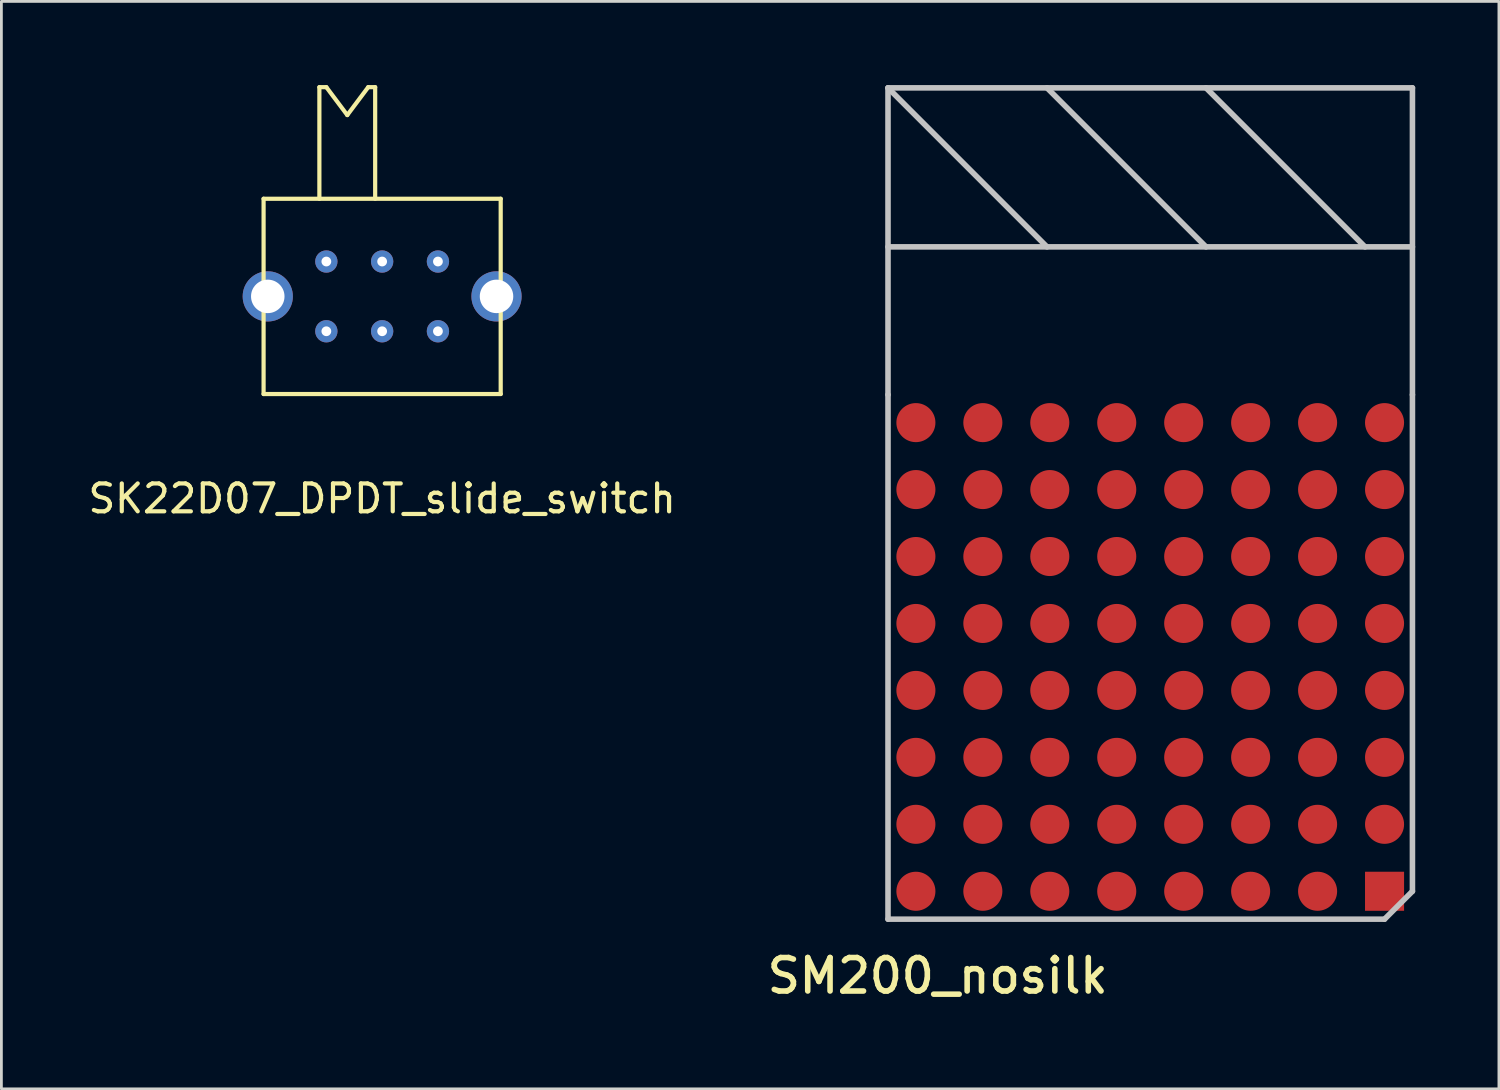
<source format=kicad_pcb>
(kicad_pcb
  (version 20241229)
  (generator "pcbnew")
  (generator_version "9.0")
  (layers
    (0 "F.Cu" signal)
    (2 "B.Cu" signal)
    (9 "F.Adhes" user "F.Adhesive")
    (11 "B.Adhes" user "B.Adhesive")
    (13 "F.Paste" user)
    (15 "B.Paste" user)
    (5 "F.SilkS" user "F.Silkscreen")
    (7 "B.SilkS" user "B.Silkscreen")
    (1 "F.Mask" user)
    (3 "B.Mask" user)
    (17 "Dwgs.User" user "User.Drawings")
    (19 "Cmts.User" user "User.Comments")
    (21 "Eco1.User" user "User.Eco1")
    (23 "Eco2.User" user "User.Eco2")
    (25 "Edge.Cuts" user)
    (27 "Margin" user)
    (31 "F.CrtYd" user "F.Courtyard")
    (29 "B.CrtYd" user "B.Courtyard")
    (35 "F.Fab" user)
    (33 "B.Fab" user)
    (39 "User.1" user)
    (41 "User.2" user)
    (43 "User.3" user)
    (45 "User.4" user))
  (footprint "SM200_nosilk"
    (layer "F.Cu")
    (at 38.183 20.5)
    (property "Reference" "SM200_nosilk" (at -7.62 11.43 0) (layer "F.SilkS") (effects (font (size 1.2 1.2) (thickness 0.2))))
    (attr through_hole)
    (fp_line (start -9.4 -20.4) (end -9.4 -9.4) (stroke (width 0.2) (type solid)) (layer "Dwgs.User"))
    (fp_line (start -9.4 -20.4) (end -3.7 -14.7) (stroke (width 0.2) (type solid)) (layer "Dwgs.User"))
    (fp_line (start -9.4 -14.7) (end 9.4 -14.7) (stroke (width 0.2) (type solid)) (layer "Dwgs.User"))
    (fp_line (start -9.4 9.4) (end -9.4 -9.4) (stroke (width 0.2) (type solid)) (layer "Dwgs.User"))
    (fp_line (start -3.7 -20.4) (end 2 -14.7) (stroke (width 0.2) (type solid)) (layer "Dwgs.User"))
    (fp_line (start 2 -20.4) (end 7.7 -14.7) (stroke (width 0.2) (type solid)) (layer "Dwgs.User"))
    (fp_line (start 8.4 9.4) (end -9.4 9.4) (stroke (width 0.2) (type solid)) (layer "Dwgs.User"))
    (fp_line (start 9.4 -20.4) (end -9.4 -20.4) (stroke (width 0.2) (type solid)) (layer "Dwgs.User"))
    (fp_line (start 9.4 -9.4) (end 9.4 -20.4) (stroke (width 0.2) (type solid)) (layer "Dwgs.User"))
    (fp_line (start 9.4 -9.4) (end 9.4 8.4) (stroke (width 0.2) (type solid)) (layer "Dwgs.User"))
    (fp_line (start 9.4 8.4) (end 8.4 9.4) (stroke (width 0.2) (type solid)) (layer "Dwgs.User"))
    (pad "A1" smd rect (at 8.4 8.4 90) (size 1.4 1.4) (layers "F.Cu" "F.Mask" "F.Paste"))
    (pad "A2" smd circle (at 8.4 6 90) (size 1.4 1.4) (layers "F.Cu" "F.Mask" "F.Paste"))
    (pad "A3" smd circle (at 8.4 3.6 90) (size 1.4 1.4) (layers "F.Cu" "F.Mask" "F.Paste"))
    (pad "A4" smd circle (at 8.4 1.2 90) (size 1.4 1.4) (layers "F.Cu" "F.Mask" "F.Paste"))
    (pad "A5" smd circle (at 8.4 -1.2 90) (size 1.4 1.4) (layers "F.Cu" "F.Mask" "F.Paste"))
    (pad "A6" smd circle (at 8.4 -3.6 90) (size 1.4 1.4) (layers "F.Cu" "F.Mask" "F.Paste"))
    (pad "A7" smd circle (at 8.4 -6 90) (size 1.4 1.4) (layers "F.Cu" "F.Mask" "F.Paste"))
    (pad "A8" smd circle (at 8.4 -8.4 90) (size 1.4 1.4) (layers "F.Cu" "F.Mask" "F.Paste"))
    (pad "B1" smd circle (at 6 8.4 90) (size 1.4 1.4) (layers "F.Cu" "F.Mask" "F.Paste"))
    (pad "B2" smd circle (at 6 6 90) (size 1.4 1.4) (layers "F.Cu" "F.Mask" "F.Paste"))
    (pad "B3" smd circle (at 6 3.6 90) (size 1.4 1.4) (layers "F.Cu" "F.Mask" "F.Paste"))
    (pad "B4" smd circle (at 6 1.2 90) (size 1.4 1.4) (layers "F.Cu" "F.Mask" "F.Paste"))
    (pad "B5" smd circle (at 6 -1.2 90) (size 1.4 1.4) (layers "F.Cu" "F.Mask" "F.Paste"))
    (pad "B6" smd circle (at 6 -3.6 90) (size 1.4 1.4) (layers "F.Cu" "F.Mask" "F.Paste"))
    (pad "B7" smd circle (at 6 -6 90) (size 1.4 1.4) (layers "F.Cu" "F.Mask" "F.Paste"))
    (pad "B8" smd circle (at 6 -8.4 90) (size 1.4 1.4) (layers "F.Cu" "F.Mask" "F.Paste"))
    (pad "C1" smd circle (at 3.6 8.4 90) (size 1.4 1.4) (layers "F.Cu" "F.Mask" "F.Paste"))
    (pad "C2" smd circle (at 3.6 6 90) (size 1.4 1.4) (layers "F.Cu" "F.Mask" "F.Paste"))
    (pad "C3" smd circle (at 3.6 3.6 90) (size 1.4 1.4) (layers "F.Cu" "F.Mask" "F.Paste"))
    (pad "C4" smd circle (at 3.6 1.2 90) (size 1.4 1.4) (layers "F.Cu" "F.Mask" "F.Paste"))
    (pad "C5" smd circle (at 3.6 -1.2 90) (size 1.4 1.4) (layers "F.Cu" "F.Mask" "F.Paste"))
    (pad "C6" smd circle (at 3.6 -3.6 90) (size 1.4 1.4) (layers "F.Cu" "F.Mask" "F.Paste"))
    (pad "C7" smd circle (at 3.6 -6 90) (size 1.4 1.4) (layers "F.Cu" "F.Mask" "F.Paste"))
    (pad "C8" smd circle (at 3.6 -8.4 90) (size 1.4 1.4) (layers "F.Cu" "F.Mask" "F.Paste"))
    (pad "D1" smd circle (at 1.2 8.4 90) (size 1.4 1.4) (layers "F.Cu" "F.Mask" "F.Paste"))
    (pad "D2" smd circle (at 1.2 6 90) (size 1.4 1.4) (layers "F.Cu" "F.Mask" "F.Paste"))
    (pad "D3" smd circle (at 1.2 3.6 90) (size 1.4 1.4) (layers "F.Cu" "F.Mask" "F.Paste"))
    (pad "D4" smd circle (at 1.2 1.2 90) (size 1.4 1.4) (layers "F.Cu" "F.Mask" "F.Paste"))
    (pad "D5" smd circle (at 1.2 -1.2 90) (size 1.4 1.4) (layers "F.Cu" "F.Mask" "F.Paste"))
    (pad "D6" smd circle (at 1.2 -3.6 90) (size 1.4 1.4) (layers "F.Cu" "F.Mask" "F.Paste"))
    (pad "D7" smd circle (at 1.2 -6 90) (size 1.4 1.4) (layers "F.Cu" "F.Mask" "F.Paste"))
    (pad "D8" smd circle (at 1.2 -8.4 90) (size 1.4 1.4) (layers "F.Cu" "F.Mask" "F.Paste"))
    (pad "E1" smd circle (at -1.2 8.4 90) (size 1.4 1.4) (layers "F.Cu" "F.Mask" "F.Paste"))
    (pad "E2" smd circle (at -1.2 6 90) (size 1.4 1.4) (layers "F.Cu" "F.Mask" "F.Paste"))
    (pad "E3" smd circle (at -1.2 3.6 90) (size 1.4 1.4) (layers "F.Cu" "F.Mask" "F.Paste"))
    (pad "E4" smd circle (at -1.2 1.2 90) (size 1.4 1.4) (layers "F.Cu" "F.Mask" "F.Paste"))
    (pad "E5" smd circle (at -1.2 -1.2 90) (size 1.4 1.4) (layers "F.Cu" "F.Mask" "F.Paste"))
    (pad "E6" smd circle (at -1.2 -3.6 90) (size 1.4 1.4) (layers "F.Cu" "F.Mask" "F.Paste"))
    (pad "E7" smd circle (at -1.2 -6 90) (size 1.4 1.4) (layers "F.Cu" "F.Mask" "F.Paste"))
    (pad "E8" smd circle (at -1.2 -8.4 90) (size 1.4 1.4) (layers "F.Cu" "F.Mask" "F.Paste"))
    (pad "F1" smd circle (at -3.6 8.4 90) (size 1.4 1.4) (layers "F.Cu" "F.Mask" "F.Paste"))
    (pad "F2" smd circle (at -3.6 6 90) (size 1.4 1.4) (layers "F.Cu" "F.Mask" "F.Paste"))
    (pad "F3" smd circle (at -3.6 3.6 90) (size 1.4 1.4) (layers "F.Cu" "F.Mask" "F.Paste"))
    (pad "F4" smd circle (at -3.6 1.2 90) (size 1.4 1.4) (layers "F.Cu" "F.Mask" "F.Paste"))
    (pad "F5" smd circle (at -3.6 -1.2 90) (size 1.4 1.4) (layers "F.Cu" "F.Mask" "F.Paste"))
    (pad "F6" smd circle (at -3.6 -3.6 90) (size 1.4 1.4) (layers "F.Cu" "F.Mask" "F.Paste"))
    (pad "F7" smd circle (at -3.6 -6 90) (size 1.4 1.4) (layers "F.Cu" "F.Mask" "F.Paste"))
    (pad "F8" smd circle (at -3.6 -8.4 90) (size 1.4 1.4) (layers "F.Cu" "F.Mask" "F.Paste"))
    (pad "G1" smd circle (at -6 8.4 90) (size 1.4 1.4) (layers "F.Cu" "F.Mask" "F.Paste"))
    (pad "G2" smd circle (at -6 6 90) (size 1.4 1.4) (layers "F.Cu" "F.Mask" "F.Paste"))
    (pad "G3" smd circle (at -6 3.6 90) (size 1.4 1.4) (layers "F.Cu" "F.Mask" "F.Paste"))
    (pad "G4" smd circle (at -6 1.2 90) (size 1.4 1.4) (layers "F.Cu" "F.Mask" "F.Paste"))
    (pad "G5" smd circle (at -6 -1.2 90) (size 1.4 1.4) (layers "F.Cu" "F.Mask" "F.Paste"))
    (pad "G6" smd circle (at -6 -3.6 90) (size 1.4 1.4) (layers "F.Cu" "F.Mask" "F.Paste"))
    (pad "G7" smd circle (at -6 -6 90) (size 1.4 1.4) (layers "F.Cu" "F.Mask" "F.Paste"))
    (pad "G8" smd circle (at -6 -8.4 90) (size 1.4 1.4) (layers "F.Cu" "F.Mask" "F.Paste"))
    (pad "H1" smd circle (at -8.4 8.4 90) (size 1.4 1.4) (layers "F.Cu" "F.Mask" "F.Paste"))
    (pad "H2" smd circle (at -8.4 6 90) (size 1.4 1.4) (layers "F.Cu" "F.Mask" "F.Paste"))
    (pad "H3" smd circle (at -8.4 3.6 90) (size 1.4 1.4) (layers "F.Cu" "F.Mask" "F.Paste"))
    (pad "H4" smd circle (at -8.4 1.2 90) (size 1.4 1.4) (layers "F.Cu" "F.Mask" "F.Paste"))
    (pad "H5" smd circle (at -8.4 -1.2 90) (size 1.4 1.4) (layers "F.Cu" "F.Mask" "F.Paste"))
    (pad "H6" smd circle (at -8.4 -3.6 90) (size 1.4 1.4) (layers "F.Cu" "F.Mask" "F.Paste"))
    (pad "H7" smd circle (at -8.4 -6 90) (size 1.4 1.4) (layers "F.Cu" "F.Mask" "F.Paste"))
    (pad "H8" smd circle (at -8.4 -8.4 90) (size 1.4 1.4) (layers "F.Cu" "F.Mask" "F.Paste")))
  (footprint "SK22D07_DPDT_slide_switch"
    (layer "F.Cu")
    (at 10.649 6.325)
    (property "Reference" "SK22D07_DPDT_slide_switch" (at 0 8.5 0) (layer "F.SilkS") (effects (font (size 1 1) (thickness 0.15))))
    (attr through_hole)
    (fp_line (start -4.25 -2.25) (end -4.25 4.75) (stroke (width 0.15) (type solid)) (layer "F.SilkS"))
    (fp_line (start -4.25 4.75) (end 4.25 4.75) (stroke (width 0.15) (type solid)) (layer "F.SilkS"))
    (fp_line (start -2.25 -6.25) (end -2 -6.25) (stroke (width 0.15) (type solid)) (layer "F.SilkS"))
    (fp_line (start -2.25 -2.25) (end -2.25 -6.25) (stroke (width 0.15) (type solid)) (layer "F.SilkS"))
    (fp_line (start -2 -6.25) (end -1.25 -5.25) (stroke (width 0.15) (type solid)) (layer "F.SilkS"))
    (fp_line (start -1.25 -5.25) (end -0.5 -6.25) (stroke (width 0.15) (type solid)) (layer "F.SilkS"))
    (fp_line (start -0.5 -6.25) (end -0.25 -6.25) (stroke (width 0.15) (type solid)) (layer "F.SilkS"))
    (fp_line (start -0.25 -6.25) (end -0.25 -2.25) (stroke (width 0.15) (type solid)) (layer "F.SilkS"))
    (fp_line (start 4.25 -2.25) (end -4.25 -2.25) (stroke (width 0.15) (type solid)) (layer "F.SilkS"))
    (fp_line (start 4.25 4.75) (end 4.25 -2.25) (stroke (width 0.15) (type solid)) (layer "F.SilkS"))
    (pad "" thru_hole circle (at -4.1 1.25) (size 1.8 1.8) (drill 1.2) (layers "*.Cu" "*.Mask"))
    (pad "" thru_hole circle (at 4.1 1.25) (size 1.8 1.8) (drill 1.2) (layers "*.Cu" "*.Mask"))
    (pad "1" thru_hole circle (at -2 0) (size 0.8 0.8) (drill 0.35) (layers "*.Cu" "*.Mask"))
    (pad "2" thru_hole circle (at 0 0) (size 0.8 0.8) (drill 0.35) (layers "*.Cu" "*.Mask"))
    (pad "3" thru_hole circle (at 2 0) (size 0.8 0.8) (drill 0.35) (layers "*.Cu" "*.Mask"))
    (pad "4" thru_hole circle (at -2 2.5) (size 0.8 0.8) (drill 0.35) (layers "*.Cu" "*.Mask"))
    (pad "5" thru_hole circle (at 0 2.5) (size 0.8 0.8) (drill 0.35) (layers "*.Cu" "*.Mask"))
    (pad "6" thru_hole circle (at 2 2.5) (size 0.8 0.8) (drill 0.35) (layers "*.Cu" "*.Mask")))
  (gr_rect
    (start -3 -3)
    (end 50.683 35.983)
    (stroke (width 0.1) (type default))
    (fill no)
    (layer "Edge.Cuts")))
</source>
